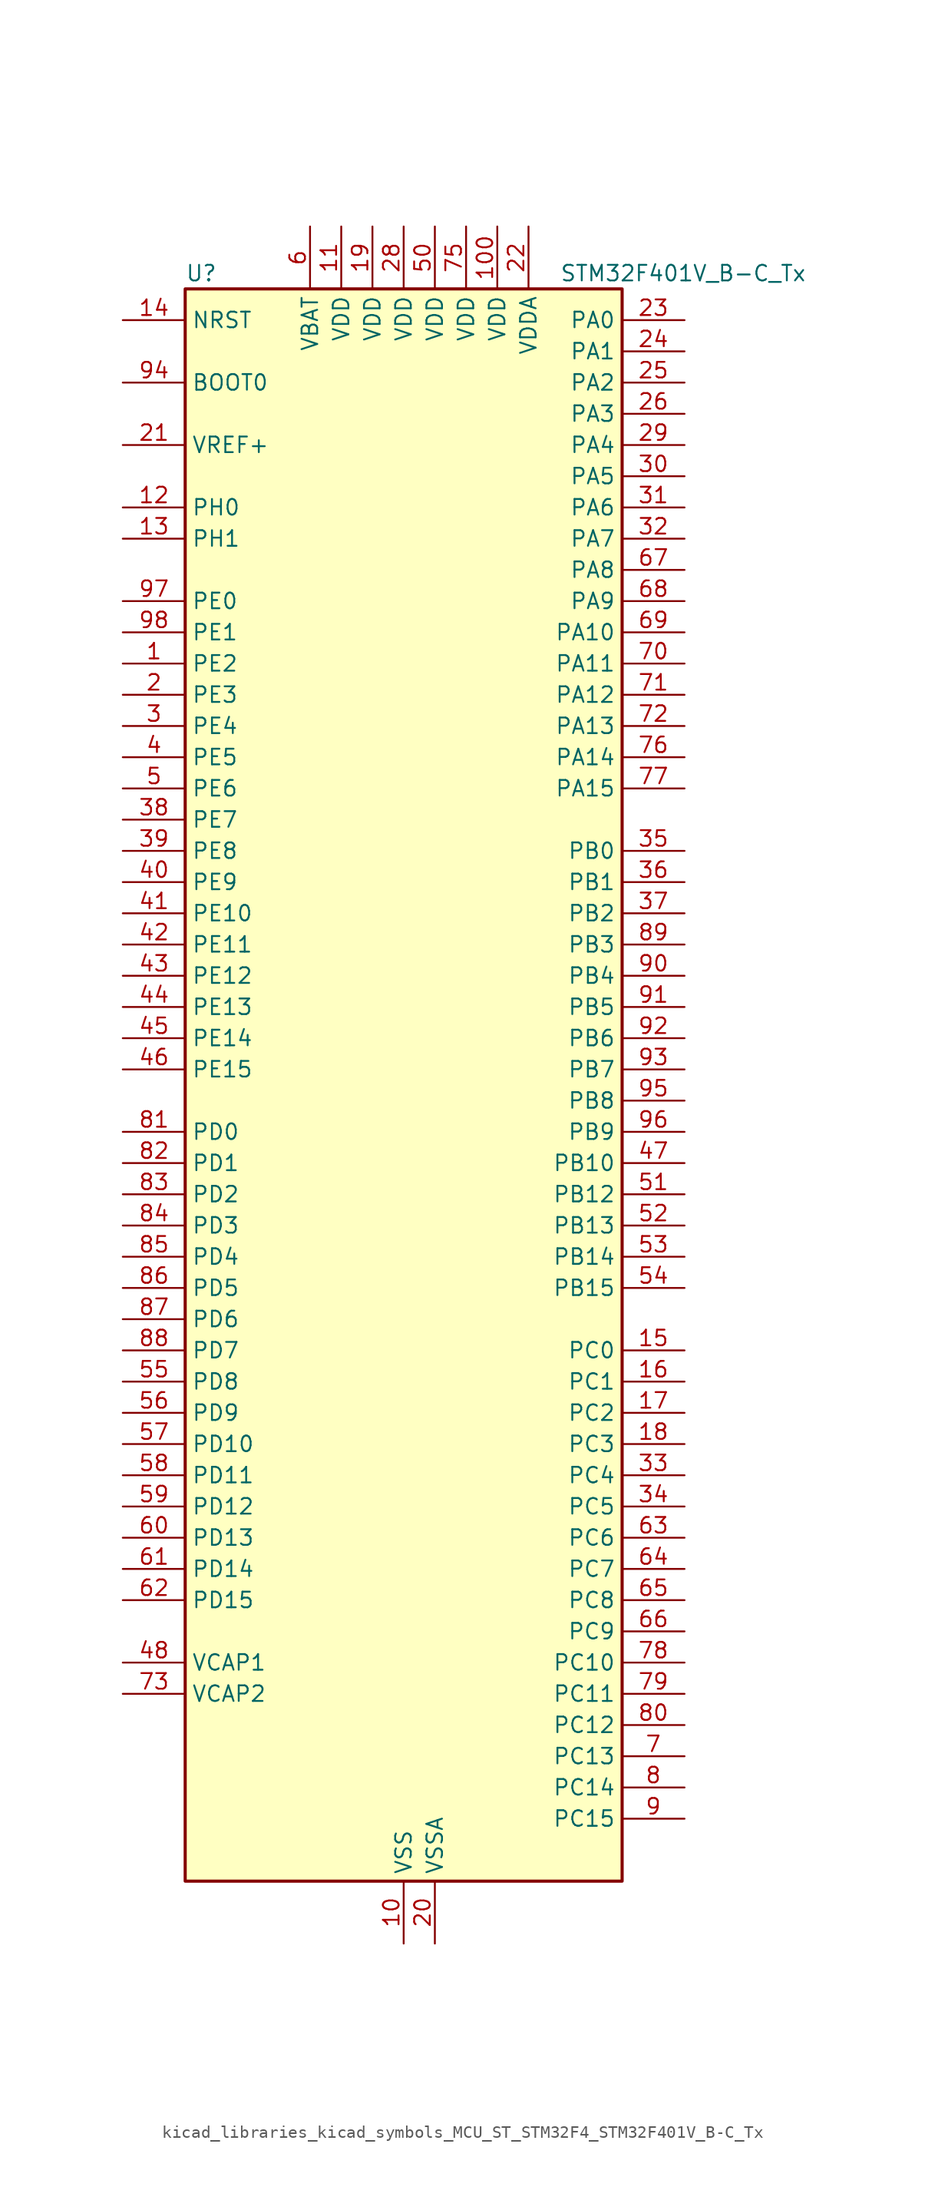
<source format=kicad_sym>
(kicad_symbol_lib
  (version 20220914)
  (generator kicad_symbol_editor)
  (symbol "kicad_libraries_kicad_symbols_MCU_ST_STM32F4_STM32F401V_B-C_Tx"
    (property "Reference" "U"
      (at -17.78 67.31 0)
      (effects (font (size 1.27 1.27)) (justify left)))
    (property "Value" "STM32F401V_B-C_Tx"
      (at 12.7 67.31 0)
      (effects (font (size 1.27 1.27)) (justify left)))
    (property "ki_locked" ""
      (at 0 0 0)
      (effects (font (size 1.27 1.27))))
    (symbol "kicad_libraries_kicad_symbols_MCU_ST_STM32F4_STM32F401V_B-C_Tx_0_1"
      (rectangle (start -17.78 -63.5) (end 17.78 66.04) (stroke (width 0.254) (type default)) (fill (type background))))
    (symbol "kicad_libraries_kicad_symbols_MCU_ST_STM32F4_STM32F401V_B-C_Tx_1_1"
      (pin bidirectional line (at -22.86 35.56 0) (length 5.08) (name "PE2" (effects (font (size 1.27 1.27)))) (number "1" (effects (font (size 1.27 1.27)))) (alternate "SPI4_SCK" bidirectional line) (alternate "SYS_TRACECLK" bidirectional line))
      (pin power_in line (at 0 -68.58 90) (length 5.08) (name "VSS" (effects (font (size 1.27 1.27)))) (number "10" (effects (font (size 1.27 1.27)))))
      (pin power_in line (at 7.62 71.12 270) (length 5.08) (name "VDD" (effects (font (size 1.27 1.27)))) (number "100" (effects (font (size 1.27 1.27)))))
      (pin power_in line (at -5.08 71.12 270) (length 5.08) (name "VDD" (effects (font (size 1.27 1.27)))) (number "11" (effects (font (size 1.27 1.27)))))
      (pin bidirectional line (at -22.86 48.26 0) (length 5.08) (name "PH0" (effects (font (size 1.27 1.27)))) (number "12" (effects (font (size 1.27 1.27)))) (alternate "RCC_OSC_IN" bidirectional line))
      (pin bidirectional line (at -22.86 45.72 0) (length 5.08) (name "PH1" (effects (font (size 1.27 1.27)))) (number "13" (effects (font (size 1.27 1.27)))) (alternate "RCC_OSC_OUT" bidirectional line))
      (pin input line (at -22.86 63.5 0) (length 5.08) (name "NRST" (effects (font (size 1.27 1.27)))) (number "14" (effects (font (size 1.27 1.27)))))
      (pin bidirectional line (at 22.86 -20.32 180) (length 5.08) (name "PC0" (effects (font (size 1.27 1.27)))) (number "15" (effects (font (size 1.27 1.27)))) (alternate "ADC1_IN10" bidirectional line))
      (pin bidirectional line (at 22.86 -22.86 180) (length 5.08) (name "PC1" (effects (font (size 1.27 1.27)))) (number "16" (effects (font (size 1.27 1.27)))) (alternate "ADC1_IN11" bidirectional line))
      (pin bidirectional line (at 22.86 -25.4 180) (length 5.08) (name "PC2" (effects (font (size 1.27 1.27)))) (number "17" (effects (font (size 1.27 1.27)))) (alternate "ADC1_IN12" bidirectional line) (alternate "I2S2_ext_SD" bidirectional line) (alternate "SPI2_MISO" bidirectional line))
      (pin bidirectional line (at 22.86 -27.94 180) (length 5.08) (name "PC3" (effects (font (size 1.27 1.27)))) (number "18" (effects (font (size 1.27 1.27)))) (alternate "ADC1_IN13" bidirectional line) (alternate "I2S2_SD" bidirectional line) (alternate "SPI2_MOSI" bidirectional line))
      (pin power_in line (at -2.54 71.12 270) (length 5.08) (name "VDD" (effects (font (size 1.27 1.27)))) (number "19" (effects (font (size 1.27 1.27)))))
      (pin bidirectional line (at -22.86 33.02 0) (length 5.08) (name "PE3" (effects (font (size 1.27 1.27)))) (number "2" (effects (font (size 1.27 1.27)))) (alternate "SYS_TRACED0" bidirectional line))
      (pin power_in line (at 2.54 -68.58 90) (length 5.08) (name "VSSA" (effects (font (size 1.27 1.27)))) (number "20" (effects (font (size 1.27 1.27)))))
      (pin input line (at -22.86 53.34 0) (length 5.08) (name "VREF+" (effects (font (size 1.27 1.27)))) (number "21" (effects (font (size 1.27 1.27)))))
      (pin power_in line (at 10.16 71.12 270) (length 5.08) (name "VDDA" (effects (font (size 1.27 1.27)))) (number "22" (effects (font (size 1.27 1.27)))))
      (pin bidirectional line (at 22.86 63.5 180) (length 5.08) (name "PA0" (effects (font (size 1.27 1.27)))) (number "23" (effects (font (size 1.27 1.27)))) (alternate "ADC1_IN0" bidirectional line) (alternate "SYS_WKUP" bidirectional line) (alternate "TIM2_CH1" bidirectional line) (alternate "TIM2_ETR" bidirectional line) (alternate "TIM5_CH1" bidirectional line) (alternate "USART2_CTS" bidirectional line))
      (pin bidirectional line (at 22.86 60.96 180) (length 5.08) (name "PA1" (effects (font (size 1.27 1.27)))) (number "24" (effects (font (size 1.27 1.27)))) (alternate "ADC1_IN1" bidirectional line) (alternate "TIM2_CH2" bidirectional line) (alternate "TIM5_CH2" bidirectional line) (alternate "USART2_RTS" bidirectional line))
      (pin bidirectional line (at 22.86 58.42 180) (length 5.08) (name "PA2" (effects (font (size 1.27 1.27)))) (number "25" (effects (font (size 1.27 1.27)))) (alternate "ADC1_IN2" bidirectional line) (alternate "TIM2_CH3" bidirectional line) (alternate "TIM5_CH3" bidirectional line) (alternate "TIM9_CH1" bidirectional line) (alternate "USART2_TX" bidirectional line))
      (pin bidirectional line (at 22.86 55.88 180) (length 5.08) (name "PA3" (effects (font (size 1.27 1.27)))) (number "26" (effects (font (size 1.27 1.27)))) (alternate "ADC1_IN3" bidirectional line) (alternate "TIM2_CH4" bidirectional line) (alternate "TIM5_CH4" bidirectional line) (alternate "TIM9_CH2" bidirectional line) (alternate "USART2_RX" bidirectional line))
      (pin passive line (at 0 -68.58 90) (length 5.08) hide (name "VSS" (effects (font (size 1.27 1.27)))) (number "27" (effects (font (size 1.27 1.27)))))
      (pin power_in line (at 0 71.12 270) (length 5.08) (name "VDD" (effects (font (size 1.27 1.27)))) (number "28" (effects (font (size 1.27 1.27)))))
      (pin bidirectional line (at 22.86 53.34 180) (length 5.08) (name "PA4" (effects (font (size 1.27 1.27)))) (number "29" (effects (font (size 1.27 1.27)))) (alternate "ADC1_IN4" bidirectional line) (alternate "I2S3_WS" bidirectional line) (alternate "SPI1_NSS" bidirectional line) (alternate "SPI3_NSS" bidirectional line) (alternate "USART2_CK" bidirectional line))
      (pin bidirectional line (at -22.86 30.48 0) (length 5.08) (name "PE4" (effects (font (size 1.27 1.27)))) (number "3" (effects (font (size 1.27 1.27)))) (alternate "SPI4_NSS" bidirectional line) (alternate "SYS_TRACED1" bidirectional line))
      (pin bidirectional line (at 22.86 50.8 180) (length 5.08) (name "PA5" (effects (font (size 1.27 1.27)))) (number "30" (effects (font (size 1.27 1.27)))) (alternate "ADC1_IN5" bidirectional line) (alternate "SPI1_SCK" bidirectional line) (alternate "TIM2_CH1" bidirectional line) (alternate "TIM2_ETR" bidirectional line))
      (pin bidirectional line (at 22.86 48.26 180) (length 5.08) (name "PA6" (effects (font (size 1.27 1.27)))) (number "31" (effects (font (size 1.27 1.27)))) (alternate "ADC1_IN6" bidirectional line) (alternate "SPI1_MISO" bidirectional line) (alternate "TIM1_BKIN" bidirectional line) (alternate "TIM3_CH1" bidirectional line))
      (pin bidirectional line (at 22.86 45.72 180) (length 5.08) (name "PA7" (effects (font (size 1.27 1.27)))) (number "32" (effects (font (size 1.27 1.27)))) (alternate "ADC1_IN7" bidirectional line) (alternate "SPI1_MOSI" bidirectional line) (alternate "TIM1_CH1N" bidirectional line) (alternate "TIM3_CH2" bidirectional line))
      (pin bidirectional line (at 22.86 -30.48 180) (length 5.08) (name "PC4" (effects (font (size 1.27 1.27)))) (number "33" (effects (font (size 1.27 1.27)))) (alternate "ADC1_IN14" bidirectional line))
      (pin bidirectional line (at 22.86 -33.02 180) (length 5.08) (name "PC5" (effects (font (size 1.27 1.27)))) (number "34" (effects (font (size 1.27 1.27)))) (alternate "ADC1_IN15" bidirectional line))
      (pin bidirectional line (at 22.86 20.32 180) (length 5.08) (name "PB0" (effects (font (size 1.27 1.27)))) (number "35" (effects (font (size 1.27 1.27)))) (alternate "ADC1_IN8" bidirectional line) (alternate "TIM1_CH2N" bidirectional line) (alternate "TIM3_CH3" bidirectional line))
      (pin bidirectional line (at 22.86 17.78 180) (length 5.08) (name "PB1" (effects (font (size 1.27 1.27)))) (number "36" (effects (font (size 1.27 1.27)))) (alternate "ADC1_IN9" bidirectional line) (alternate "TIM1_CH3N" bidirectional line) (alternate "TIM3_CH4" bidirectional line))
      (pin bidirectional line (at 22.86 15.24 180) (length 5.08) (name "PB2" (effects (font (size 1.27 1.27)))) (number "37" (effects (font (size 1.27 1.27)))))
      (pin bidirectional line (at -22.86 22.86 0) (length 5.08) (name "PE7" (effects (font (size 1.27 1.27)))) (number "38" (effects (font (size 1.27 1.27)))) (alternate "TIM1_ETR" bidirectional line))
      (pin bidirectional line (at -22.86 20.32 0) (length 5.08) (name "PE8" (effects (font (size 1.27 1.27)))) (number "39" (effects (font (size 1.27 1.27)))) (alternate "TIM1_CH1N" bidirectional line))
      (pin bidirectional line (at -22.86 27.94 0) (length 5.08) (name "PE5" (effects (font (size 1.27 1.27)))) (number "4" (effects (font (size 1.27 1.27)))) (alternate "SPI4_MISO" bidirectional line) (alternate "SYS_TRACED2" bidirectional line) (alternate "TIM9_CH1" bidirectional line))
      (pin bidirectional line (at -22.86 17.78 0) (length 5.08) (name "PE9" (effects (font (size 1.27 1.27)))) (number "40" (effects (font (size 1.27 1.27)))) (alternate "TIM1_CH1" bidirectional line))
      (pin bidirectional line (at -22.86 15.24 0) (length 5.08) (name "PE10" (effects (font (size 1.27 1.27)))) (number "41" (effects (font (size 1.27 1.27)))) (alternate "TIM1_CH2N" bidirectional line))
      (pin bidirectional line (at -22.86 12.7 0) (length 5.08) (name "PE11" (effects (font (size 1.27 1.27)))) (number "42" (effects (font (size 1.27 1.27)))) (alternate "ADC1_EXTI11" bidirectional line) (alternate "SPI4_NSS" bidirectional line) (alternate "TIM1_CH2" bidirectional line))
      (pin bidirectional line (at -22.86 10.16 0) (length 5.08) (name "PE12" (effects (font (size 1.27 1.27)))) (number "43" (effects (font (size 1.27 1.27)))) (alternate "SPI4_SCK" bidirectional line) (alternate "TIM1_CH3N" bidirectional line))
      (pin bidirectional line (at -22.86 7.62 0) (length 5.08) (name "PE13" (effects (font (size 1.27 1.27)))) (number "44" (effects (font (size 1.27 1.27)))) (alternate "SPI4_MISO" bidirectional line) (alternate "TIM1_CH3" bidirectional line))
      (pin bidirectional line (at -22.86 5.08 0) (length 5.08) (name "PE14" (effects (font (size 1.27 1.27)))) (number "45" (effects (font (size 1.27 1.27)))) (alternate "SPI4_MOSI" bidirectional line) (alternate "TIM1_CH4" bidirectional line))
      (pin bidirectional line (at -22.86 2.54 0) (length 5.08) (name "PE15" (effects (font (size 1.27 1.27)))) (number "46" (effects (font (size 1.27 1.27)))) (alternate "ADC1_EXTI15" bidirectional line) (alternate "TIM1_BKIN" bidirectional line))
      (pin bidirectional line (at 22.86 -5.08 180) (length 5.08) (name "PB10" (effects (font (size 1.27 1.27)))) (number "47" (effects (font (size 1.27 1.27)))) (alternate "I2C2_SCL" bidirectional line) (alternate "I2S2_CK" bidirectional line) (alternate "SPI2_SCK" bidirectional line) (alternate "TIM2_CH3" bidirectional line))
      (pin power_out line (at -22.86 -45.72 0) (length 5.08) (name "VCAP1" (effects (font (size 1.27 1.27)))) (number "48" (effects (font (size 1.27 1.27)))))
      (pin passive line (at 0 -68.58 90) (length 5.08) hide (name "VSS" (effects (font (size 1.27 1.27)))) (number "49" (effects (font (size 1.27 1.27)))))
      (pin bidirectional line (at -22.86 25.4 0) (length 5.08) (name "PE6" (effects (font (size 1.27 1.27)))) (number "5" (effects (font (size 1.27 1.27)))) (alternate "SPI4_MOSI" bidirectional line) (alternate "SYS_TRACED3" bidirectional line) (alternate "TIM9_CH2" bidirectional line))
      (pin power_in line (at 2.54 71.12 270) (length 5.08) (name "VDD" (effects (font (size 1.27 1.27)))) (number "50" (effects (font (size 1.27 1.27)))))
      (pin bidirectional line (at 22.86 -7.62 180) (length 5.08) (name "PB12" (effects (font (size 1.27 1.27)))) (number "51" (effects (font (size 1.27 1.27)))) (alternate "I2C2_SMBA" bidirectional line) (alternate "I2S2_WS" bidirectional line) (alternate "SPI2_NSS" bidirectional line) (alternate "TIM1_BKIN" bidirectional line))
      (pin bidirectional line (at 22.86 -10.16 180) (length 5.08) (name "PB13" (effects (font (size 1.27 1.27)))) (number "52" (effects (font (size 1.27 1.27)))) (alternate "I2S2_CK" bidirectional line) (alternate "SPI2_SCK" bidirectional line) (alternate "TIM1_CH1N" bidirectional line))
      (pin bidirectional line (at 22.86 -12.7 180) (length 5.08) (name "PB14" (effects (font (size 1.27 1.27)))) (number "53" (effects (font (size 1.27 1.27)))) (alternate "I2S2_ext_SD" bidirectional line) (alternate "SPI2_MISO" bidirectional line) (alternate "TIM1_CH2N" bidirectional line))
      (pin bidirectional line (at 22.86 -15.24 180) (length 5.08) (name "PB15" (effects (font (size 1.27 1.27)))) (number "54" (effects (font (size 1.27 1.27)))) (alternate "ADC1_EXTI15" bidirectional line) (alternate "I2S2_SD" bidirectional line) (alternate "RTC_REFIN" bidirectional line) (alternate "SPI2_MOSI" bidirectional line) (alternate "TIM1_CH3N" bidirectional line))
      (pin bidirectional line (at -22.86 -22.86 0) (length 5.08) (name "PD8" (effects (font (size 1.27 1.27)))) (number "55" (effects (font (size 1.27 1.27)))))
      (pin bidirectional line (at -22.86 -25.4 0) (length 5.08) (name "PD9" (effects (font (size 1.27 1.27)))) (number "56" (effects (font (size 1.27 1.27)))))
      (pin bidirectional line (at -22.86 -27.94 0) (length 5.08) (name "PD10" (effects (font (size 1.27 1.27)))) (number "57" (effects (font (size 1.27 1.27)))))
      (pin bidirectional line (at -22.86 -30.48 0) (length 5.08) (name "PD11" (effects (font (size 1.27 1.27)))) (number "58" (effects (font (size 1.27 1.27)))) (alternate "ADC1_EXTI11" bidirectional line))
      (pin bidirectional line (at -22.86 -33.02 0) (length 5.08) (name "PD12" (effects (font (size 1.27 1.27)))) (number "59" (effects (font (size 1.27 1.27)))) (alternate "TIM4_CH1" bidirectional line))
      (pin power_in line (at -7.62 71.12 270) (length 5.08) (name "VBAT" (effects (font (size 1.27 1.27)))) (number "6" (effects (font (size 1.27 1.27)))))
      (pin bidirectional line (at -22.86 -35.56 0) (length 5.08) (name "PD13" (effects (font (size 1.27 1.27)))) (number "60" (effects (font (size 1.27 1.27)))) (alternate "TIM4_CH2" bidirectional line))
      (pin bidirectional line (at -22.86 -38.1 0) (length 5.08) (name "PD14" (effects (font (size 1.27 1.27)))) (number "61" (effects (font (size 1.27 1.27)))) (alternate "TIM4_CH3" bidirectional line))
      (pin bidirectional line (at -22.86 -40.64 0) (length 5.08) (name "PD15" (effects (font (size 1.27 1.27)))) (number "62" (effects (font (size 1.27 1.27)))) (alternate "ADC1_EXTI15" bidirectional line) (alternate "TIM4_CH4" bidirectional line))
      (pin bidirectional line (at 22.86 -35.56 180) (length 5.08) (name "PC6" (effects (font (size 1.27 1.27)))) (number "63" (effects (font (size 1.27 1.27)))) (alternate "I2S2_MCK" bidirectional line) (alternate "SDIO_D6" bidirectional line) (alternate "TIM3_CH1" bidirectional line) (alternate "USART6_TX" bidirectional line))
      (pin bidirectional line (at 22.86 -38.1 180) (length 5.08) (name "PC7" (effects (font (size 1.27 1.27)))) (number "64" (effects (font (size 1.27 1.27)))) (alternate "I2S3_MCK" bidirectional line) (alternate "SDIO_D7" bidirectional line) (alternate "TIM3_CH2" bidirectional line) (alternate "USART6_RX" bidirectional line))
      (pin bidirectional line (at 22.86 -40.64 180) (length 5.08) (name "PC8" (effects (font (size 1.27 1.27)))) (number "65" (effects (font (size 1.27 1.27)))) (alternate "SDIO_D0" bidirectional line) (alternate "TIM3_CH3" bidirectional line) (alternate "USART6_CK" bidirectional line))
      (pin bidirectional line (at 22.86 -43.18 180) (length 5.08) (name "PC9" (effects (font (size 1.27 1.27)))) (number "66" (effects (font (size 1.27 1.27)))) (alternate "I2C3_SDA" bidirectional line) (alternate "I2S_CKIN" bidirectional line) (alternate "RCC_MCO_2" bidirectional line) (alternate "SDIO_D1" bidirectional line) (alternate "TIM3_CH4" bidirectional line))
      (pin bidirectional line (at 22.86 43.18 180) (length 5.08) (name "PA8" (effects (font (size 1.27 1.27)))) (number "67" (effects (font (size 1.27 1.27)))) (alternate "I2C3_SCL" bidirectional line) (alternate "RCC_MCO_1" bidirectional line) (alternate "TIM1_CH1" bidirectional line) (alternate "USART1_CK" bidirectional line) (alternate "USB_OTG_FS_SOF" bidirectional line))
      (pin bidirectional line (at 22.86 40.64 180) (length 5.08) (name "PA9" (effects (font (size 1.27 1.27)))) (number "68" (effects (font (size 1.27 1.27)))) (alternate "I2C3_SMBA" bidirectional line) (alternate "TIM1_CH2" bidirectional line) (alternate "USART1_TX" bidirectional line) (alternate "USB_OTG_FS_VBUS" bidirectional line))
      (pin bidirectional line (at 22.86 38.1 180) (length 5.08) (name "PA10" (effects (font (size 1.27 1.27)))) (number "69" (effects (font (size 1.27 1.27)))) (alternate "TIM1_CH3" bidirectional line) (alternate "USART1_RX" bidirectional line) (alternate "USB_OTG_FS_ID" bidirectional line))
      (pin bidirectional line (at 22.86 -53.34 180) (length 5.08) (name "PC13" (effects (font (size 1.27 1.27)))) (number "7" (effects (font (size 1.27 1.27)))) (alternate "RTC_AF1" bidirectional line))
      (pin bidirectional line (at 22.86 35.56 180) (length 5.08) (name "PA11" (effects (font (size 1.27 1.27)))) (number "70" (effects (font (size 1.27 1.27)))) (alternate "ADC1_EXTI11" bidirectional line) (alternate "TIM1_CH4" bidirectional line) (alternate "USART1_CTS" bidirectional line) (alternate "USART6_TX" bidirectional line) (alternate "USB_OTG_FS_DM" bidirectional line))
      (pin bidirectional line (at 22.86 33.02 180) (length 5.08) (name "PA12" (effects (font (size 1.27 1.27)))) (number "71" (effects (font (size 1.27 1.27)))) (alternate "TIM1_ETR" bidirectional line) (alternate "USART1_RTS" bidirectional line) (alternate "USART6_RX" bidirectional line) (alternate "USB_OTG_FS_DP" bidirectional line))
      (pin bidirectional line (at 22.86 30.48 180) (length 5.08) (name "PA13" (effects (font (size 1.27 1.27)))) (number "72" (effects (font (size 1.27 1.27)))) (alternate "SYS_JTMS-SWDIO" bidirectional line))
      (pin power_out line (at -22.86 -48.26 0) (length 5.08) (name "VCAP2" (effects (font (size 1.27 1.27)))) (number "73" (effects (font (size 1.27 1.27)))))
      (pin passive line (at 0 -68.58 90) (length 5.08) hide (name "VSS" (effects (font (size 1.27 1.27)))) (number "74" (effects (font (size 1.27 1.27)))))
      (pin power_in line (at 5.08 71.12 270) (length 5.08) (name "VDD" (effects (font (size 1.27 1.27)))) (number "75" (effects (font (size 1.27 1.27)))))
      (pin bidirectional line (at 22.86 27.94 180) (length 5.08) (name "PA14" (effects (font (size 1.27 1.27)))) (number "76" (effects (font (size 1.27 1.27)))) (alternate "SYS_JTCK-SWCLK" bidirectional line))
      (pin bidirectional line (at 22.86 25.4 180) (length 5.08) (name "PA15" (effects (font (size 1.27 1.27)))) (number "77" (effects (font (size 1.27 1.27)))) (alternate "ADC1_EXTI15" bidirectional line) (alternate "I2S3_WS" bidirectional line) (alternate "SPI1_NSS" bidirectional line) (alternate "SPI3_NSS" bidirectional line) (alternate "SYS_JTDI" bidirectional line) (alternate "TIM2_CH1" bidirectional line) (alternate "TIM2_ETR" bidirectional line))
      (pin bidirectional line (at 22.86 -45.72 180) (length 5.08) (name "PC10" (effects (font (size 1.27 1.27)))) (number "78" (effects (font (size 1.27 1.27)))) (alternate "I2S3_CK" bidirectional line) (alternate "SDIO_D2" bidirectional line) (alternate "SPI3_SCK" bidirectional line))
      (pin bidirectional line (at 22.86 -48.26 180) (length 5.08) (name "PC11" (effects (font (size 1.27 1.27)))) (number "79" (effects (font (size 1.27 1.27)))) (alternate "ADC1_EXTI11" bidirectional line) (alternate "I2S3_ext_SD" bidirectional line) (alternate "SDIO_D3" bidirectional line) (alternate "SPI3_MISO" bidirectional line))
      (pin bidirectional line (at 22.86 -55.88 180) (length 5.08) (name "PC14" (effects (font (size 1.27 1.27)))) (number "8" (effects (font (size 1.27 1.27)))) (alternate "RCC_OSC32_IN" bidirectional line))
      (pin bidirectional line (at 22.86 -50.8 180) (length 5.08) (name "PC12" (effects (font (size 1.27 1.27)))) (number "80" (effects (font (size 1.27 1.27)))) (alternate "I2S3_SD" bidirectional line) (alternate "SDIO_CK" bidirectional line) (alternate "SPI3_MOSI" bidirectional line))
      (pin bidirectional line (at -22.86 -2.54 0) (length 5.08) (name "PD0" (effects (font (size 1.27 1.27)))) (number "81" (effects (font (size 1.27 1.27)))))
      (pin bidirectional line (at -22.86 -5.08 0) (length 5.08) (name "PD1" (effects (font (size 1.27 1.27)))) (number "82" (effects (font (size 1.27 1.27)))))
      (pin bidirectional line (at -22.86 -7.62 0) (length 5.08) (name "PD2" (effects (font (size 1.27 1.27)))) (number "83" (effects (font (size 1.27 1.27)))) (alternate "SDIO_CMD" bidirectional line) (alternate "TIM3_ETR" bidirectional line))
      (pin bidirectional line (at -22.86 -10.16 0) (length 5.08) (name "PD3" (effects (font (size 1.27 1.27)))) (number "84" (effects (font (size 1.27 1.27)))) (alternate "I2S2_CK" bidirectional line) (alternate "SPI2_SCK" bidirectional line) (alternate "USART2_CTS" bidirectional line))
      (pin bidirectional line (at -22.86 -12.7 0) (length 5.08) (name "PD4" (effects (font (size 1.27 1.27)))) (number "85" (effects (font (size 1.27 1.27)))) (alternate "USART2_RTS" bidirectional line))
      (pin bidirectional line (at -22.86 -15.24 0) (length 5.08) (name "PD5" (effects (font (size 1.27 1.27)))) (number "86" (effects (font (size 1.27 1.27)))) (alternate "USART2_TX" bidirectional line))
      (pin bidirectional line (at -22.86 -17.78 0) (length 5.08) (name "PD6" (effects (font (size 1.27 1.27)))) (number "87" (effects (font (size 1.27 1.27)))) (alternate "I2S3_SD" bidirectional line) (alternate "SPI3_MOSI" bidirectional line) (alternate "USART2_RX" bidirectional line))
      (pin bidirectional line (at -22.86 -20.32 0) (length 5.08) (name "PD7" (effects (font (size 1.27 1.27)))) (number "88" (effects (font (size 1.27 1.27)))) (alternate "USART2_CK" bidirectional line))
      (pin bidirectional line (at 22.86 12.7 180) (length 5.08) (name "PB3" (effects (font (size 1.27 1.27)))) (number "89" (effects (font (size 1.27 1.27)))) (alternate "I2C2_SDA" bidirectional line) (alternate "I2S3_CK" bidirectional line) (alternate "SPI1_SCK" bidirectional line) (alternate "SPI3_SCK" bidirectional line) (alternate "SYS_JTDO-SWO" bidirectional line) (alternate "TIM2_CH2" bidirectional line))
      (pin bidirectional line (at 22.86 -58.42 180) (length 5.08) (name "PC15" (effects (font (size 1.27 1.27)))) (number "9" (effects (font (size 1.27 1.27)))) (alternate "ADC1_EXTI15" bidirectional line) (alternate "RCC_OSC32_OUT" bidirectional line))
      (pin bidirectional line (at 22.86 10.16 180) (length 5.08) (name "PB4" (effects (font (size 1.27 1.27)))) (number "90" (effects (font (size 1.27 1.27)))) (alternate "I2C3_SDA" bidirectional line) (alternate "I2S3_ext_SD" bidirectional line) (alternate "SPI1_MISO" bidirectional line) (alternate "SPI3_MISO" bidirectional line) (alternate "SYS_JTRST" bidirectional line) (alternate "TIM3_CH1" bidirectional line))
      (pin bidirectional line (at 22.86 7.62 180) (length 5.08) (name "PB5" (effects (font (size 1.27 1.27)))) (number "91" (effects (font (size 1.27 1.27)))) (alternate "I2C1_SMBA" bidirectional line) (alternate "I2S3_SD" bidirectional line) (alternate "SPI1_MOSI" bidirectional line) (alternate "SPI3_MOSI" bidirectional line) (alternate "TIM3_CH2" bidirectional line))
      (pin bidirectional line (at 22.86 5.08 180) (length 5.08) (name "PB6" (effects (font (size 1.27 1.27)))) (number "92" (effects (font (size 1.27 1.27)))) (alternate "I2C1_SCL" bidirectional line) (alternate "TIM4_CH1" bidirectional line) (alternate "USART1_TX" bidirectional line))
      (pin bidirectional line (at 22.86 2.54 180) (length 5.08) (name "PB7" (effects (font (size 1.27 1.27)))) (number "93" (effects (font (size 1.27 1.27)))) (alternate "I2C1_SDA" bidirectional line) (alternate "TIM4_CH2" bidirectional line) (alternate "USART1_RX" bidirectional line))
      (pin input line (at -22.86 58.42 0) (length 5.08) (name "BOOT0" (effects (font (size 1.27 1.27)))) (number "94" (effects (font (size 1.27 1.27)))))
      (pin bidirectional line (at 22.86 0 180) (length 5.08) (name "PB8" (effects (font (size 1.27 1.27)))) (number "95" (effects (font (size 1.27 1.27)))) (alternate "I2C1_SCL" bidirectional line) (alternate "SDIO_D4" bidirectional line) (alternate "TIM10_CH1" bidirectional line) (alternate "TIM4_CH3" bidirectional line))
      (pin bidirectional line (at 22.86 -2.54 180) (length 5.08) (name "PB9" (effects (font (size 1.27 1.27)))) (number "96" (effects (font (size 1.27 1.27)))) (alternate "I2C1_SDA" bidirectional line) (alternate "I2S2_WS" bidirectional line) (alternate "SDIO_D5" bidirectional line) (alternate "SPI2_NSS" bidirectional line) (alternate "TIM11_CH1" bidirectional line) (alternate "TIM4_CH4" bidirectional line))
      (pin bidirectional line (at -22.86 40.64 0) (length 5.08) (name "PE0" (effects (font (size 1.27 1.27)))) (number "97" (effects (font (size 1.27 1.27)))) (alternate "TIM4_ETR" bidirectional line))
      (pin bidirectional line (at -22.86 38.1 0) (length 5.08) (name "PE1" (effects (font (size 1.27 1.27)))) (number "98" (effects (font (size 1.27 1.27)))))
      (pin passive line (at 0 -68.58 90) (length 5.08) hide (name "VSS" (effects (font (size 1.27 1.27)))) (number "99" (effects (font (size 1.27 1.27))))))))
</source>
